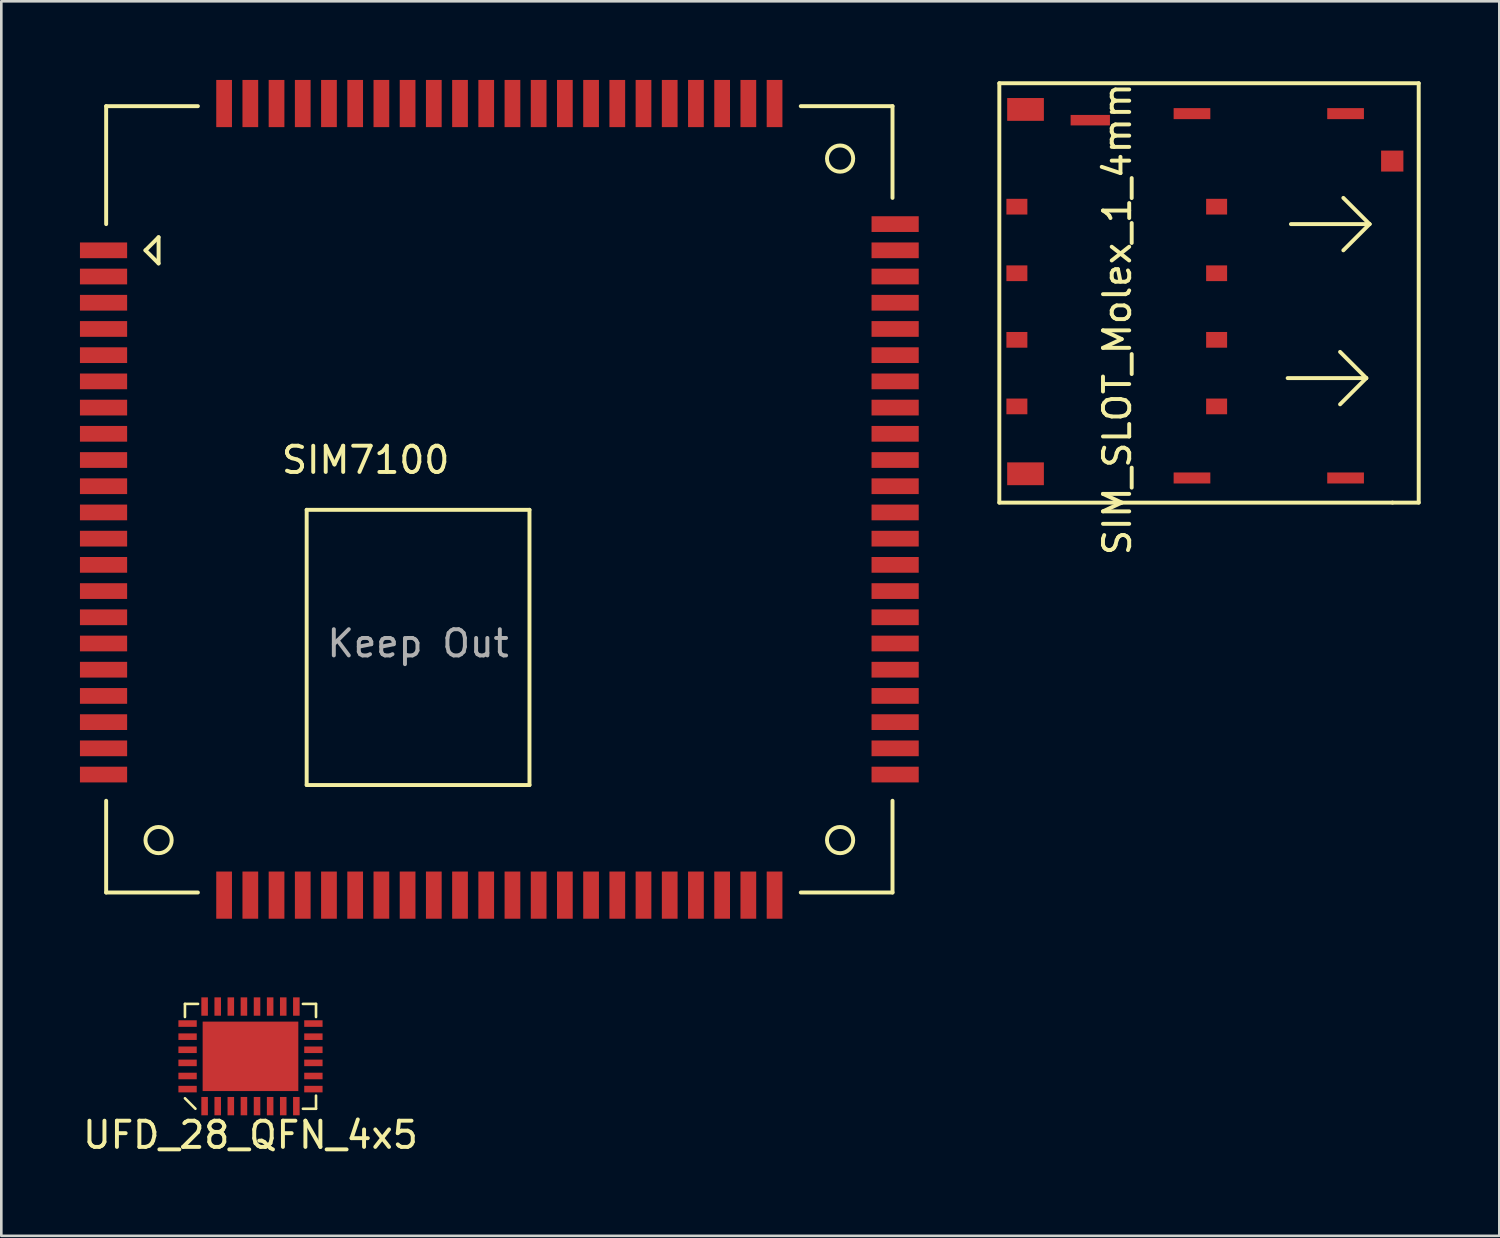
<source format=kicad_pcb>
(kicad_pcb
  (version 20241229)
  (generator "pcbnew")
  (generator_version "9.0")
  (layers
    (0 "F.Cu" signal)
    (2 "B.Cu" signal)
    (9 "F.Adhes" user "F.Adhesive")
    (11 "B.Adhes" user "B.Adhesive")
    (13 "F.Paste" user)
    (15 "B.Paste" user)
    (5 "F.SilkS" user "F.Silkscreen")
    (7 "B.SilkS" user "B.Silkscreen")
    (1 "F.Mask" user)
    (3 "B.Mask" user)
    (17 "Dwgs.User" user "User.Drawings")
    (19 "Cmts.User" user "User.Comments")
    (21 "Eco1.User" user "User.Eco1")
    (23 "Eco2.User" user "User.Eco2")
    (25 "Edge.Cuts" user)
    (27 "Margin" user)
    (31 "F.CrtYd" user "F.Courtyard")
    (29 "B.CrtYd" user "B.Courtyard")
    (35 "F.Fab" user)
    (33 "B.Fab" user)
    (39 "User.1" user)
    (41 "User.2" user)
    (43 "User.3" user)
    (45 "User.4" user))
  (footprint "UFD_28_QFN_4x5"
    (layer "F.Cu")
    (at 6.506 37.25)
    (property "Reference" "UFD_28_QFN_4x5" (at 0 3 0) (layer "F.SilkS") (effects (font (size 1 1) (thickness 0.15))))
    (attr smd)
    (fp_line (start -2.5 -2) (end -2 -2) (stroke (width 0.1) (type solid)) (layer "F.SilkS"))
    (fp_line (start -2.5 -1.5) (end -2.5 -2) (stroke (width 0.1) (type solid)) (layer "F.SilkS"))
    (fp_line (start -2.1 2) (end -2.5 1.6) (stroke (width 0.1) (type solid)) (layer "F.SilkS"))
    (fp_line (start 2 2) (end 2.5 2) (stroke (width 0.1) (type solid)) (layer "F.SilkS"))
    (fp_line (start 2.5 -2) (end 2 -2) (stroke (width 0.1) (type solid)) (layer "F.SilkS"))
    (fp_line (start 2.5 -1.5) (end 2.5 -2) (stroke (width 0.1) (type solid)) (layer "F.SilkS"))
    (fp_line (start 2.5 2) (end 2.5 1.5) (stroke (width 0.1) (type solid)) (layer "F.SilkS"))
    (pad "1" smd rect (at -1.75 1.9) (size 0.25 0.7) (layers "F.Cu" "F.Mask" "F.Paste"))
    (pad "2" smd rect (at -1.25 1.9) (size 0.25 0.7) (layers "F.Cu" "F.Mask" "F.Paste"))
    (pad "3" smd rect (at -0.75 1.9) (size 0.25 0.7) (layers "F.Cu" "F.Mask" "F.Paste"))
    (pad "4" smd rect (at -0.25 1.9) (size 0.25 0.7) (layers "F.Cu" "F.Mask" "F.Paste"))
    (pad "5" smd rect (at 0.25 1.9) (size 0.25 0.7) (layers "F.Cu" "F.Mask" "F.Paste"))
    (pad "6" smd rect (at 0.75 1.9) (size 0.25 0.7) (layers "F.Cu" "F.Mask" "F.Paste"))
    (pad "7" smd rect (at 1.25 1.9) (size 0.25 0.7) (layers "F.Cu" "F.Mask" "F.Paste"))
    (pad "8" smd rect (at 1.75 1.9) (size 0.25 0.7) (layers "F.Cu" "F.Mask" "F.Paste"))
    (pad "9" smd rect (at 2.4 1.25 90) (size 0.25 0.7) (layers "F.Cu" "F.Mask" "F.Paste"))
    (pad "10" smd rect (at 2.4 0.75 90) (size 0.25 0.7) (layers "F.Cu" "F.Mask" "F.Paste"))
    (pad "11" smd rect (at 2.4 0.25 90) (size 0.25 0.7) (layers "F.Cu" "F.Mask" "F.Paste"))
    (pad "12" smd rect (at 2.4 -0.25 90) (size 0.25 0.7) (layers "F.Cu" "F.Mask" "F.Paste"))
    (pad "13" smd rect (at 2.4 -0.75 90) (size 0.25 0.7) (layers "F.Cu" "F.Mask" "F.Paste"))
    (pad "14" smd rect (at 2.4 -1.25 90) (size 0.25 0.7) (layers "F.Cu" "F.Mask" "F.Paste"))
    (pad "15" smd rect (at 1.75 -1.9 180) (size 0.25 0.7) (layers "F.Cu" "F.Mask" "F.Paste"))
    (pad "16" smd rect (at 1.25 -1.9 180) (size 0.25 0.7) (layers "F.Cu" "F.Mask" "F.Paste"))
    (pad "17" smd rect (at 0.75 -1.9 180) (size 0.25 0.7) (layers "F.Cu" "F.Mask" "F.Paste"))
    (pad "18" smd rect (at 0.25 -1.9 180) (size 0.25 0.7) (layers "F.Cu" "F.Mask" "F.Paste"))
    (pad "19" smd rect (at -0.25 -1.9 180) (size 0.25 0.7) (layers "F.Cu" "F.Mask" "F.Paste"))
    (pad "20" smd rect (at -0.75 -1.9 180) (size 0.25 0.7) (layers "F.Cu" "F.Mask" "F.Paste"))
    (pad "21" smd rect (at -1.25 -1.9 180) (size 0.25 0.7) (layers "F.Cu" "F.Mask" "F.Paste"))
    (pad "22" smd rect (at -1.75 -1.9 180) (size 0.25 0.7) (layers "F.Cu" "F.Mask" "F.Paste"))
    (pad "23" smd rect (at -2.4 -1.25 270) (size 0.25 0.7) (layers "F.Cu" "F.Mask" "F.Paste"))
    (pad "24" smd rect (at -2.4 -0.75 270) (size 0.25 0.7) (layers "F.Cu" "F.Mask" "F.Paste"))
    (pad "25" smd rect (at -2.4 -0.25 270) (size 0.25 0.7) (layers "F.Cu" "F.Mask" "F.Paste"))
    (pad "26" smd rect (at -2.4 0.25 270) (size 0.25 0.7) (layers "F.Cu" "F.Mask" "F.Paste"))
    (pad "27" smd rect (at -2.4 0.75 270) (size 0.25 0.7) (layers "F.Cu" "F.Mask" "F.Paste"))
    (pad "28" smd rect (at -2.4 1.25 270) (size 0.25 0.7) (layers "F.Cu" "F.Mask" "F.Paste"))
    (pad "29" smd rect (at 0 0) (size 3.65 2.65) (layers "F.Cu" "F.Mask" "F.Paste")))
  (footprint "SIM7100"
    (layer "F.Cu")
    (at 1 1)
    (property "Reference" "SIM7100" (at 9.9 13.5 0) (layer "F.SilkS") (effects (font (size 1 1) (thickness 0.15))))
    (attr smd)
    (fp_line (start 0 0) (end 0 4.5) (stroke (width 0.15) (type solid)) (layer "F.SilkS"))
    (fp_line (start 0 26.5) (end 0 30) (stroke (width 0.15) (type solid)) (layer "F.SilkS"))
    (fp_line (start 0 30) (end 3.5 30) (stroke (width 0.15) (type solid)) (layer "F.SilkS"))
    (fp_line (start 1.5 5.5) (end 2 5) (stroke (width 0.15) (type solid)) (layer "F.SilkS"))
    (fp_line (start 2 5) (end 2 6) (stroke (width 0.15) (type solid)) (layer "F.SilkS"))
    (fp_line (start 2 6) (end 1.5 5.5) (stroke (width 0.15) (type solid)) (layer "F.SilkS"))
    (fp_line (start 3.5 0) (end 0 0) (stroke (width 0.15) (type solid)) (layer "F.SilkS"))
    (fp_line (start 7.65 15.4) (end 7.65 25.9) (stroke (width 0.15) (type solid)) (layer "F.SilkS"))
    (fp_line (start 7.65 25.9) (end 16.15 25.9) (stroke (width 0.15) (type solid)) (layer "F.SilkS"))
    (fp_line (start 16.15 15.4) (end 7.65 15.4) (stroke (width 0.15) (type solid)) (layer "F.SilkS"))
    (fp_line (start 16.15 25.9) (end 16.15 15.4) (stroke (width 0.15) (type solid)) (layer "F.SilkS"))
    (fp_line (start 30 0) (end 26.5 0) (stroke (width 0.15) (type solid)) (layer "F.SilkS"))
    (fp_line (start 30 3.5) (end 30 0) (stroke (width 0.15) (type solid)) (layer "F.SilkS"))
    (fp_line (start 30 26.5) (end 30 30) (stroke (width 0.15) (type solid)) (layer "F.SilkS"))
    (fp_line (start 30 30) (end 26.5 30) (stroke (width 0.15) (type solid)) (layer "F.SilkS"))
    (fp_circle (center 2 28) (end 2.5 28) (stroke (width 0.15) (type solid)) (fill no) (layer "F.SilkS"))
    (fp_circle (center 28 2) (end 28.5 2) (stroke (width 0.15) (type solid)) (fill no) (layer "F.SilkS"))
    (fp_circle (center 28 28) (end 28.5 28) (stroke (width 0.15) (type solid)) (fill no) (layer "F.SilkS"))
    (fp_text user "Keep Out" (at 11.9 20.5 0) (layer "F.Fab") (effects (font (size 1 1) (thickness 0.15))))
    (pad "1" smd rect (at -0.1 5.5) (size 1.8 0.6) (layers "F.Cu" "F.Mask" "F.Paste"))
    (pad "2" smd rect (at -0.1 6.5) (size 1.8 0.6) (layers "F.Cu" "F.Mask" "F.Paste"))
    (pad "3" smd rect (at -0.1 7.5) (size 1.8 0.6) (layers "F.Cu" "F.Mask" "F.Paste"))
    (pad "4" smd rect (at -0.1 8.5) (size 1.8 0.6) (layers "F.Cu" "F.Mask" "F.Paste"))
    (pad "5" smd rect (at -0.1 9.5) (size 1.8 0.6) (layers "F.Cu" "F.Mask" "F.Paste"))
    (pad "6" smd rect (at -0.1 10.5) (size 1.8 0.6) (layers "F.Cu" "F.Mask" "F.Paste"))
    (pad "7" smd rect (at -0.1 11.5) (size 1.8 0.6) (layers "F.Cu" "F.Mask" "F.Paste"))
    (pad "8" smd rect (at -0.1 12.5) (size 1.8 0.6) (layers "F.Cu" "F.Mask" "F.Paste"))
    (pad "9" smd rect (at -0.1 13.5) (size 1.8 0.6) (layers "F.Cu" "F.Mask" "F.Paste"))
    (pad "10" smd rect (at -0.1 14.5) (size 1.8 0.6) (layers "F.Cu" "F.Mask" "F.Paste"))
    (pad "11" smd rect (at -0.1 15.5) (size 1.8 0.6) (layers "F.Cu" "F.Mask" "F.Paste"))
    (pad "12" smd rect (at -0.1 16.5) (size 1.8 0.6) (layers "F.Cu" "F.Mask" "F.Paste"))
    (pad "13" smd rect (at -0.1 17.5) (size 1.8 0.6) (layers "F.Cu" "F.Mask" "F.Paste"))
    (pad "14" smd rect (at -0.1 18.5) (size 1.8 0.6) (layers "F.Cu" "F.Mask" "F.Paste"))
    (pad "15" smd rect (at -0.1 19.5) (size 1.8 0.6) (layers "F.Cu" "F.Mask" "F.Paste"))
    (pad "16" smd rect (at -0.1 20.5) (size 1.8 0.6) (layers "F.Cu" "F.Mask" "F.Paste"))
    (pad "17" smd rect (at -0.1 21.5) (size 1.8 0.6) (layers "F.Cu" "F.Mask" "F.Paste"))
    (pad "18" smd rect (at -0.1 22.5) (size 1.8 0.6) (layers "F.Cu" "F.Mask" "F.Paste"))
    (pad "19" smd rect (at -0.1 23.5) (size 1.8 0.6) (layers "F.Cu" "F.Mask" "F.Paste"))
    (pad "20" smd rect (at -0.1 24.5) (size 1.8 0.6) (layers "F.Cu" "F.Mask" "F.Paste"))
    (pad "21" smd rect (at 5.5 30.1) (size 0.6 1.8) (layers "F.Cu" "F.Mask" "F.Paste"))
    (pad "22" smd rect (at 6.5 30.1) (size 0.6 1.8) (layers "F.Cu" "F.Mask" "F.Paste"))
    (pad "23" smd rect (at 7.5 30.1) (size 0.6 1.8) (layers "F.Cu" "F.Mask" "F.Paste"))
    (pad "24" smd rect (at 8.5 30.1) (size 0.6 1.8) (layers "F.Cu" "F.Mask" "F.Paste"))
    (pad "25" smd rect (at 9.5 30.1) (size 0.6 1.8) (layers "F.Cu" "F.Mask" "F.Paste"))
    (pad "26" smd rect (at 10.5 30.1) (size 0.6 1.8) (layers "F.Cu" "F.Mask" "F.Paste"))
    (pad "27" smd rect (at 11.5 30.1) (size 0.6 1.8) (layers "F.Cu" "F.Mask" "F.Paste"))
    (pad "28" smd rect (at 12.5 30.1) (size 0.6 1.8) (layers "F.Cu" "F.Mask" "F.Paste"))
    (pad "29" smd rect (at 13.5 30.1) (size 0.6 1.8) (layers "F.Cu" "F.Mask" "F.Paste"))
    (pad "30" smd rect (at 14.5 30.1) (size 0.6 1.8) (layers "F.Cu" "F.Mask" "F.Paste"))
    (pad "31" smd rect (at 15.5 30.1) (size 0.6 1.8) (layers "F.Cu" "F.Mask" "F.Paste"))
    (pad "32" smd rect (at 16.5 30.1) (size 0.6 1.8) (layers "F.Cu" "F.Mask" "F.Paste"))
    (pad "33" smd rect (at 17.5 30.1) (size 0.6 1.8) (layers "F.Cu" "F.Mask" "F.Paste"))
    (pad "34" smd rect (at 18.5 30.1) (size 0.6 1.8) (layers "F.Cu" "F.Mask" "F.Paste"))
    (pad "35" smd rect (at 19.5 30.1) (size 0.6 1.8) (layers "F.Cu" "F.Mask" "F.Paste"))
    (pad "36" smd rect (at 20.5 30.1) (size 0.6 1.8) (layers "F.Cu" "F.Mask" "F.Paste"))
    (pad "37" smd rect (at 21.5 30.1) (size 0.6 1.8) (layers "F.Cu" "F.Mask" "F.Paste"))
    (pad "38" smd rect (at 22.5 30.1) (size 0.6 1.8) (layers "F.Cu" "F.Mask" "F.Paste"))
    (pad "39" smd rect (at 23.5 30.1) (size 0.6 1.8) (layers "F.Cu" "F.Mask" "F.Paste"))
    (pad "40" smd rect (at 24.5 30.1) (size 0.6 1.8) (layers "F.Cu" "F.Mask" "F.Paste"))
    (pad "41" smd rect (at 30.1 24.5) (size 1.8 0.6) (layers "F.Cu" "F.Mask" "F.Paste"))
    (pad "42" smd rect (at 30.1 23.5) (size 1.8 0.6) (layers "F.Cu" "F.Mask" "F.Paste"))
    (pad "43" smd rect (at 30.1 22.5) (size 1.8 0.6) (layers "F.Cu" "F.Mask" "F.Paste"))
    (pad "44" smd rect (at 30.1 21.5) (size 1.8 0.6) (layers "F.Cu" "F.Mask" "F.Paste"))
    (pad "45" smd rect (at 30.1 20.5) (size 1.8 0.6) (layers "F.Cu" "F.Mask" "F.Paste"))
    (pad "46" smd rect (at 30.1 19.5) (size 1.8 0.6) (layers "F.Cu" "F.Mask" "F.Paste"))
    (pad "47" smd rect (at 30.1 18.5) (size 1.8 0.6) (layers "F.Cu" "F.Mask" "F.Paste"))
    (pad "48" smd rect (at 30.1 17.5) (size 1.8 0.6) (layers "F.Cu" "F.Mask" "F.Paste"))
    (pad "49" smd rect (at 30.1 16.5) (size 1.8 0.6) (layers "F.Cu" "F.Mask" "F.Paste"))
    (pad "50" smd rect (at 30.1 15.5) (size 1.8 0.6) (layers "F.Cu" "F.Mask" "F.Paste"))
    (pad "51" smd rect (at 30.1 14.5) (size 1.8 0.6) (layers "F.Cu" "F.Mask" "F.Paste"))
    (pad "52" smd rect (at 30.1 13.5) (size 1.8 0.6) (layers "F.Cu" "F.Mask" "F.Paste"))
    (pad "53" smd rect (at 30.1 12.5) (size 1.8 0.6) (layers "F.Cu" "F.Mask" "F.Paste"))
    (pad "54" smd rect (at 30.1 11.5) (size 1.8 0.6) (layers "F.Cu" "F.Mask" "F.Paste"))
    (pad "55" smd rect (at 30.1 10.5) (size 1.8 0.6) (layers "F.Cu" "F.Mask" "F.Paste"))
    (pad "56" smd rect (at 30.1 9.5) (size 1.8 0.6) (layers "F.Cu" "F.Mask" "F.Paste"))
    (pad "57" smd rect (at 30.1 8.5) (size 1.8 0.6) (layers "F.Cu" "F.Mask" "F.Paste"))
    (pad "58" smd rect (at 30.1 7.5) (size 1.8 0.6) (layers "F.Cu" "F.Mask" "F.Paste"))
    (pad "59" smd rect (at 30.1 6.5) (size 1.8 0.6) (layers "F.Cu" "F.Mask" "F.Paste"))
    (pad "60" smd rect (at 30.1 5.5) (size 1.8 0.6) (layers "F.Cu" "F.Mask" "F.Paste"))
    (pad "61" smd rect (at 24.5 -0.1) (size 0.6 1.8) (layers "F.Cu" "F.Mask" "F.Paste"))
    (pad "62" smd rect (at 23.5 -0.1) (size 0.6 1.8) (layers "F.Cu" "F.Mask" "F.Paste"))
    (pad "63" smd rect (at 22.5 -0.1) (size 0.6 1.8) (layers "F.Cu" "F.Mask" "F.Paste"))
    (pad "64" smd rect (at 21.5 -0.1) (size 0.6 1.8) (layers "F.Cu" "F.Mask" "F.Paste"))
    (pad "65" smd rect (at 20.5 -0.1) (size 0.6 1.8) (layers "F.Cu" "F.Mask" "F.Paste"))
    (pad "66" smd rect (at 19.5 -0.1) (size 0.6 1.8) (layers "F.Cu" "F.Mask" "F.Paste"))
    (pad "67" smd rect (at 18.5 -0.1) (size 0.6 1.8) (layers "F.Cu" "F.Mask" "F.Paste"))
    (pad "68" smd rect (at 17.5 -0.1) (size 0.6 1.8) (layers "F.Cu" "F.Mask" "F.Paste"))
    (pad "69" smd rect (at 16.5 -0.1) (size 0.6 1.8) (layers "F.Cu" "F.Mask" "F.Paste"))
    (pad "70" smd rect (at 15.5 -0.1) (size 0.6 1.8) (layers "F.Cu" "F.Mask" "F.Paste"))
    (pad "71" smd rect (at 14.5 -0.1) (size 0.6 1.8) (layers "F.Cu" "F.Mask" "F.Paste"))
    (pad "72" smd rect (at 13.5 -0.1) (size 0.6 1.8) (layers "F.Cu" "F.Mask" "F.Paste"))
    (pad "73" smd rect (at 12.5 -0.1) (size 0.6 1.8) (layers "F.Cu" "F.Mask" "F.Paste"))
    (pad "74" smd rect (at 11.5 -0.1) (size 0.6 1.8) (layers "F.Cu" "F.Mask" "F.Paste"))
    (pad "75" smd rect (at 10.5 -0.1) (size 0.6 1.8) (layers "F.Cu" "F.Mask" "F.Paste"))
    (pad "76" smd rect (at 9.5 -0.1) (size 0.6 1.8) (layers "F.Cu" "F.Mask" "F.Paste"))
    (pad "77" smd rect (at 8.5 -0.1) (size 0.6 1.8) (layers "F.Cu" "F.Mask" "F.Paste"))
    (pad "78" smd rect (at 7.5 -0.1) (size 0.6 1.8) (layers "F.Cu" "F.Mask" "F.Paste"))
    (pad "79" smd rect (at 6.5 -0.1) (size 0.6 1.8) (layers "F.Cu" "F.Mask" "F.Paste"))
    (pad "80" smd rect (at 5.5 -0.1) (size 0.6 1.8) (layers "F.Cu" "F.Mask" "F.Paste"))
    (pad "81" smd rect (at -0.1 25.5) (size 1.8 0.6) (layers "F.Cu" "F.Mask" "F.Paste"))
    (pad "82" smd rect (at 30.1 25.5) (size 1.8 0.6) (layers "F.Cu" "F.Mask" "F.Paste"))
    (pad "83" smd rect (at 25.5 30.1) (size 0.6 1.8) (layers "F.Cu" "F.Mask" "F.Paste"))
    (pad "84" smd rect (at 4.5 30.1) (size 0.6 1.8) (layers "F.Cu" "F.Mask" "F.Paste"))
    (pad "85" smd rect (at 30.1 4.5) (size 1.8 0.6) (layers "F.Cu" "F.Mask" "F.Paste"))
    (pad "86" smd rect (at 4.5 -0.1) (size 0.6 1.8) (layers "F.Cu" "F.Mask" "F.Paste"))
    (pad "87" smd rect (at 25.5 -0.1) (size 0.6 1.8) (layers "F.Cu" "F.Mask" "F.Paste")))
  (footprint "SIM_SLOT_Molex_1_4mm"
    (layer "F.Cu")
    (at 43.075 8.125)
    (property "Reference" "SIM_SLOT_Molex_1_4mm" (at -3.5 1 270) (layer "F.SilkS") (effects (font (size 1 1) (thickness 0.15))))
    (attr smd)
    (fp_line (start -8 -8) (end 8 -8) (stroke (width 0.15) (type solid)) (layer "F.SilkS"))
    (fp_line (start -8 8) (end -8 -8) (stroke (width 0.15) (type solid)) (layer "F.SilkS"))
    (fp_line (start 3 3.25) (end 6 3.25) (stroke (width 0.15) (type solid)) (layer "F.SilkS"))
    (fp_line (start 3.125 -2.625) (end 6.125 -2.625) (stroke (width 0.15) (type solid)) (layer "F.SilkS"))
    (fp_line (start 6 3.25) (end 5 2.25) (stroke (width 0.15) (type solid)) (layer "F.SilkS"))
    (fp_line (start 6 3.25) (end 5 4.25) (stroke (width 0.15) (type solid)) (layer "F.SilkS"))
    (fp_line (start 6.125 -2.625) (end 5.125 -3.625) (stroke (width 0.15) (type solid)) (layer "F.SilkS"))
    (fp_line (start 6.125 -2.625) (end 5.125 -1.625) (stroke (width 0.15) (type solid)) (layer "F.SilkS"))
    (fp_line (start 7 8) (end -8 8) (stroke (width 0.15) (type solid)) (layer "F.SilkS"))
    (fp_line (start 8 -8) (end 8 8) (stroke (width 0.15) (type solid)) (layer "F.SilkS"))
    (fp_line (start 8 8) (end 7 8) (stroke (width 0.15) (type solid)) (layer "F.SilkS"))
    (pad "1" smd rect (at -7.33 4.33 180) (size 0.8 0.6) (layers "F.Cu" "F.Mask" "F.Paste"))
    (pad "2" smd rect (at -7.33 1.79 180) (size 0.8 0.6) (layers "F.Cu" "F.Mask" "F.Paste"))
    (pad "3" smd rect (at -7.33 -0.75 180) (size 0.8 0.6) (layers "F.Cu" "F.Mask" "F.Paste"))
    (pad "4" smd rect (at -7.33 -3.29 180) (size 0.8 0.6) (layers "F.Cu" "F.Mask" "F.Paste"))
    (pad "5" smd rect (at 0.29 4.33 180) (size 0.8 0.6) (layers "F.Cu" "F.Mask" "F.Paste"))
    (pad "6" smd rect (at 0.29 1.79 180) (size 0.8 0.6) (layers "F.Cu" "F.Mask" "F.Paste"))
    (pad "7" smd rect (at 0.29 -0.75 180) (size 0.8 0.6) (layers "F.Cu" "F.Mask" "F.Paste"))
    (pad "8" smd rect (at 0.29 -3.29 180) (size 0.8 0.6) (layers "F.Cu" "F.Mask" "F.Paste"))
    (pad "9" smd rect (at -7 -7 180) (size 1.4 0.87) (layers "F.Cu" "F.Mask" "F.Paste"))
    (pad "9" smd rect (at -7 6.9 180) (size 1.4 0.87) (layers "F.Cu" "F.Mask" "F.Paste"))
    (pad "9" smd rect (at -0.65 -6.84 180) (size 1.4 0.42) (layers "F.Cu" "F.Mask" "F.Paste"))
    (pad "9" smd rect (at -0.65 7.06 180) (size 1.4 0.42) (layers "F.Cu" "F.Mask" "F.Paste"))
    (pad "9" smd rect (at 5.21 -6.84 180) (size 1.4 0.42) (layers "F.Cu" "F.Mask" "F.Paste"))
    (pad "9" smd rect (at 5.21 7.06 180) (size 1.4 0.42) (layers "F.Cu" "F.Mask" "F.Paste"))
    (pad "~" smd rect (at -4.53 -6.59 180) (size 1.5 0.4) (layers "F.Cu" "F.Mask" "F.Paste"))
    (pad "~" smd rect (at 6.99 -5.03 180) (size 0.85 0.8) (layers "F.Cu" "F.Mask" "F.Paste")))
  (gr_rect
    (start -3 -3)
    (end 54.15 44.098)
    (stroke (width 0.1) (type default))
    (fill no)
    (layer "Edge.Cuts")))
</source>
